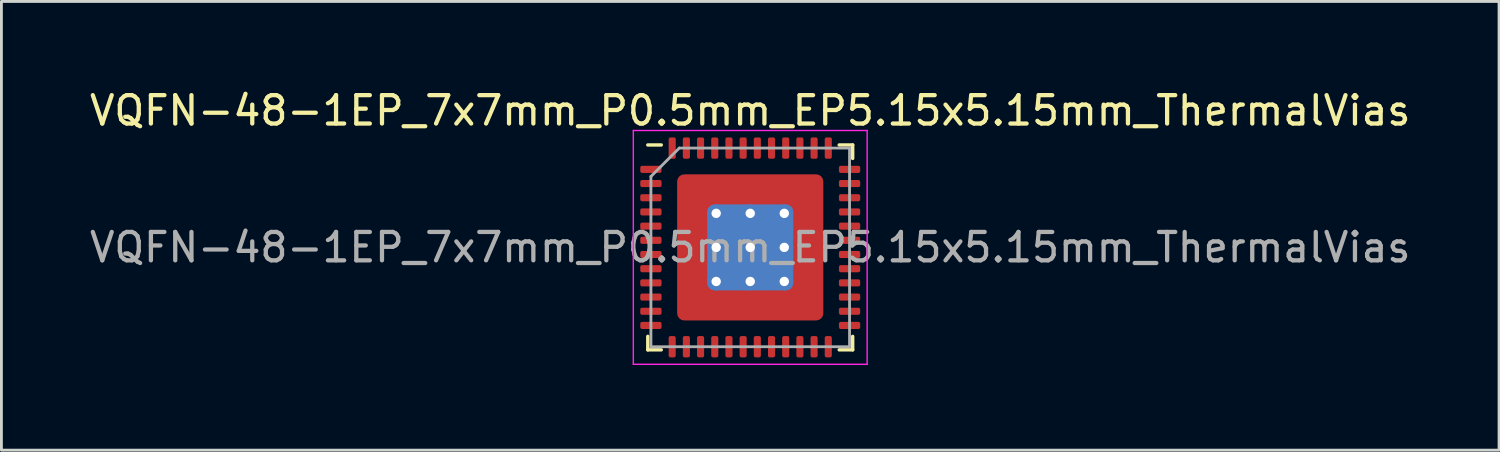
<source format=kicad_pcb>
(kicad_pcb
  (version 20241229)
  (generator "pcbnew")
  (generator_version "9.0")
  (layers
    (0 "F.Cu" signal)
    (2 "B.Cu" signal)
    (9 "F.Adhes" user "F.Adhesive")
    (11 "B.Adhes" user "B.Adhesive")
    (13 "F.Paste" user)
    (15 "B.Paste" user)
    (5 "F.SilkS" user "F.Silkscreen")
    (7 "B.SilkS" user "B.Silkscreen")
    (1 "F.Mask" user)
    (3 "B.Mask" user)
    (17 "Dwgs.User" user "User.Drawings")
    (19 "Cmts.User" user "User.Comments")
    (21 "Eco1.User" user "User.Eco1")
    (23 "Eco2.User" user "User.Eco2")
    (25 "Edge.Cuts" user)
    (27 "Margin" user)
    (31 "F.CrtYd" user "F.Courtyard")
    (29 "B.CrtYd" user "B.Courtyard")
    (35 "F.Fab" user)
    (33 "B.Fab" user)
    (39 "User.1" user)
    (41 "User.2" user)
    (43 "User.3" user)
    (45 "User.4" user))
  (footprint "VQFN-48-1EP_7x7mm_P0.5mm_EP5.15x5.15mm_ThermalVias"
    (layer "F.Cu")
    (at 23.387 5.668)
    (property "Reference" "VQFN-48-1EP_7x7mm_P0.5mm_EP5.15x5.15mm_ThermalVias" (at 0 -4.82 0) (layer "F.SilkS") (effects (font (size 1 1) (thickness 0.15))))
    (attr smd)
    (fp_line (start -3.61 3.61) (end -3.61 3.135) (stroke (width 0.12) (type solid)) (layer "F.SilkS"))
    (fp_line (start -3.135 -3.61) (end -3.61 -3.61) (stroke (width 0.12) (type solid)) (layer "F.SilkS"))
    (fp_line (start -3.135 3.61) (end -3.61 3.61) (stroke (width 0.12) (type solid)) (layer "F.SilkS"))
    (fp_line (start 3.135 -3.61) (end 3.61 -3.61) (stroke (width 0.12) (type solid)) (layer "F.SilkS"))
    (fp_line (start 3.135 3.61) (end 3.61 3.61) (stroke (width 0.12) (type solid)) (layer "F.SilkS"))
    (fp_line (start 3.61 -3.61) (end 3.61 -3.135) (stroke (width 0.12) (type solid)) (layer "F.SilkS"))
    (fp_line (start 3.61 3.61) (end 3.61 3.135) (stroke (width 0.12) (type solid)) (layer "F.SilkS"))
    (fp_line (start -4.12 -4.12) (end -4.12 4.12) (stroke (width 0.05) (type solid)) (layer "F.CrtYd"))
    (fp_line (start -4.12 4.12) (end 4.12 4.12) (stroke (width 0.05) (type solid)) (layer "F.CrtYd"))
    (fp_line (start 4.12 -4.12) (end -4.12 -4.12) (stroke (width 0.05) (type solid)) (layer "F.CrtYd"))
    (fp_line (start 4.12 4.12) (end 4.12 -4.12) (stroke (width 0.05) (type solid)) (layer "F.CrtYd"))
    (fp_line (start -3.5 -2.5) (end -2.5 -3.5) (stroke (width 0.1) (type solid)) (layer "F.Fab"))
    (fp_line (start -3.5 3.5) (end -3.5 -2.5) (stroke (width 0.1) (type solid)) (layer "F.Fab"))
    (fp_line (start -2.5 -3.5) (end 3.5 -3.5) (stroke (width 0.1) (type solid)) (layer "F.Fab"))
    (fp_line (start 3.5 -3.5) (end 3.5 3.5) (stroke (width 0.1) (type solid)) (layer "F.Fab"))
    (fp_line (start 3.5 3.5) (end -3.5 3.5) (stroke (width 0.1) (type solid)) (layer "F.Fab"))
    (fp_text user "${REFERENCE}" (at 0 0 0) (layer "F.Fab") (effects (font (size 1 1) (thickness 0.15))))
    (pad "" smd roundrect (at -1.29 -1.29) (size 2.15 2.15) (layers "F.Paste") (roundrect_rratio 0.116))
    (pad "" smd roundrect (at -1.29 1.29) (size 2.15 2.15) (layers "F.Paste") (roundrect_rratio 0.116))
    (pad "" smd roundrect (at 1.29 -1.29) (size 2.15 2.15) (layers "F.Paste") (roundrect_rratio 0.116))
    (pad "" smd roundrect (at 1.29 1.29) (size 2.15 2.15) (layers "F.Paste") (roundrect_rratio 0.116))
    (pad "1" smd roundrect (at -3.5 -2.75) (size 0.75 0.25) (layers "F.Cu" "F.Mask" "F.Paste") (roundrect_rratio 0.25))
    (pad "2" smd roundrect (at -3.5 -2.25) (size 0.75 0.25) (layers "F.Cu" "F.Mask" "F.Paste") (roundrect_rratio 0.25))
    (pad "3" smd roundrect (at -3.5 -1.75) (size 0.75 0.25) (layers "F.Cu" "F.Mask" "F.Paste") (roundrect_rratio 0.25))
    (pad "4" smd roundrect (at -3.5 -1.25) (size 0.75 0.25) (layers "F.Cu" "F.Mask" "F.Paste") (roundrect_rratio 0.25))
    (pad "5" smd roundrect (at -3.5 -0.75) (size 0.75 0.25) (layers "F.Cu" "F.Mask" "F.Paste") (roundrect_rratio 0.25))
    (pad "6" smd roundrect (at -3.5 -0.25) (size 0.75 0.25) (layers "F.Cu" "F.Mask" "F.Paste") (roundrect_rratio 0.25))
    (pad "7" smd roundrect (at -3.5 0.25) (size 0.75 0.25) (layers "F.Cu" "F.Mask" "F.Paste") (roundrect_rratio 0.25))
    (pad "8" smd roundrect (at -3.5 0.75) (size 0.75 0.25) (layers "F.Cu" "F.Mask" "F.Paste") (roundrect_rratio 0.25))
    (pad "9" smd roundrect (at -3.5 1.25) (size 0.75 0.25) (layers "F.Cu" "F.Mask" "F.Paste") (roundrect_rratio 0.25))
    (pad "10" smd roundrect (at -3.5 1.75) (size 0.75 0.25) (layers "F.Cu" "F.Mask" "F.Paste") (roundrect_rratio 0.25))
    (pad "11" smd roundrect (at -3.5 2.25) (size 0.75 0.25) (layers "F.Cu" "F.Mask" "F.Paste") (roundrect_rratio 0.25))
    (pad "12" smd roundrect (at -3.5 2.75) (size 0.75 0.25) (layers "F.Cu" "F.Mask" "F.Paste") (roundrect_rratio 0.25))
    (pad "13" smd roundrect (at -2.75 3.5) (size 0.25 0.75) (layers "F.Cu" "F.Mask" "F.Paste") (roundrect_rratio 0.25))
    (pad "14" smd roundrect (at -2.25 3.5) (size 0.25 0.75) (layers "F.Cu" "F.Mask" "F.Paste") (roundrect_rratio 0.25))
    (pad "15" smd roundrect (at -1.75 3.5) (size 0.25 0.75) (layers "F.Cu" "F.Mask" "F.Paste") (roundrect_rratio 0.25))
    (pad "16" smd roundrect (at -1.25 3.5) (size 0.25 0.75) (layers "F.Cu" "F.Mask" "F.Paste") (roundrect_rratio 0.25))
    (pad "17" smd roundrect (at -0.75 3.5) (size 0.25 0.75) (layers "F.Cu" "F.Mask" "F.Paste") (roundrect_rratio 0.25))
    (pad "18" smd roundrect (at -0.25 3.5) (size 0.25 0.75) (layers "F.Cu" "F.Mask" "F.Paste") (roundrect_rratio 0.25))
    (pad "19" smd roundrect (at 0.25 3.5) (size 0.25 0.75) (layers "F.Cu" "F.Mask" "F.Paste") (roundrect_rratio 0.25))
    (pad "20" smd roundrect (at 0.75 3.5) (size 0.25 0.75) (layers "F.Cu" "F.Mask" "F.Paste") (roundrect_rratio 0.25))
    (pad "21" smd roundrect (at 1.25 3.5) (size 0.25 0.75) (layers "F.Cu" "F.Mask" "F.Paste") (roundrect_rratio 0.25))
    (pad "22" smd roundrect (at 1.75 3.5) (size 0.25 0.75) (layers "F.Cu" "F.Mask" "F.Paste") (roundrect_rratio 0.25))
    (pad "23" smd roundrect (at 2.25 3.5) (size 0.25 0.75) (layers "F.Cu" "F.Mask" "F.Paste") (roundrect_rratio 0.25))
    (pad "24" smd roundrect (at 2.75 3.5) (size 0.25 0.75) (layers "F.Cu" "F.Mask" "F.Paste") (roundrect_rratio 0.25))
    (pad "25" smd roundrect (at 3.5 2.75) (size 0.75 0.25) (layers "F.Cu" "F.Mask" "F.Paste") (roundrect_rratio 0.25))
    (pad "26" smd roundrect (at 3.5 2.25) (size 0.75 0.25) (layers "F.Cu" "F.Mask" "F.Paste") (roundrect_rratio 0.25))
    (pad "27" smd roundrect (at 3.5 1.75) (size 0.75 0.25) (layers "F.Cu" "F.Mask" "F.Paste") (roundrect_rratio 0.25))
    (pad "28" smd roundrect (at 3.5 1.25) (size 0.75 0.25) (layers "F.Cu" "F.Mask" "F.Paste") (roundrect_rratio 0.25))
    (pad "29" smd roundrect (at 3.5 0.75) (size 0.75 0.25) (layers "F.Cu" "F.Mask" "F.Paste") (roundrect_rratio 0.25))
    (pad "30" smd roundrect (at 3.5 0.25) (size 0.75 0.25) (layers "F.Cu" "F.Mask" "F.Paste") (roundrect_rratio 0.25))
    (pad "31" smd roundrect (at 3.5 -0.25) (size 0.75 0.25) (layers "F.Cu" "F.Mask" "F.Paste") (roundrect_rratio 0.25))
    (pad "32" smd roundrect (at 3.5 -0.75) (size 0.75 0.25) (layers "F.Cu" "F.Mask" "F.Paste") (roundrect_rratio 0.25))
    (pad "33" smd roundrect (at 3.5 -1.25) (size 0.75 0.25) (layers "F.Cu" "F.Mask" "F.Paste") (roundrect_rratio 0.25))
    (pad "34" smd roundrect (at 3.5 -1.75) (size 0.75 0.25) (layers "F.Cu" "F.Mask" "F.Paste") (roundrect_rratio 0.25))
    (pad "35" smd roundrect (at 3.5 -2.25) (size 0.75 0.25) (layers "F.Cu" "F.Mask" "F.Paste") (roundrect_rratio 0.25))
    (pad "36" smd roundrect (at 3.5 -2.75) (size 0.75 0.25) (layers "F.Cu" "F.Mask" "F.Paste") (roundrect_rratio 0.25))
    (pad "37" smd roundrect (at 2.75 -3.5) (size 0.25 0.75) (layers "F.Cu" "F.Mask" "F.Paste") (roundrect_rratio 0.25))
    (pad "38" smd roundrect (at 2.25 -3.5) (size 0.25 0.75) (layers "F.Cu" "F.Mask" "F.Paste") (roundrect_rratio 0.25))
    (pad "39" smd roundrect (at 1.75 -3.5) (size 0.25 0.75) (layers "F.Cu" "F.Mask" "F.Paste") (roundrect_rratio 0.25))
    (pad "40" smd roundrect (at 1.25 -3.5) (size 0.25 0.75) (layers "F.Cu" "F.Mask" "F.Paste") (roundrect_rratio 0.25))
    (pad "41" smd roundrect (at 0.75 -3.5) (size 0.25 0.75) (layers "F.Cu" "F.Mask" "F.Paste") (roundrect_rratio 0.25))
    (pad "42" smd roundrect (at 0.25 -3.5) (size 0.25 0.75) (layers "F.Cu" "F.Mask" "F.Paste") (roundrect_rratio 0.25))
    (pad "43" smd roundrect (at -0.25 -3.5) (size 0.25 0.75) (layers "F.Cu" "F.Mask" "F.Paste") (roundrect_rratio 0.25))
    (pad "44" smd roundrect (at -0.75 -3.5) (size 0.25 0.75) (layers "F.Cu" "F.Mask" "F.Paste") (roundrect_rratio 0.25))
    (pad "45" smd roundrect (at -1.25 -3.5) (size 0.25 0.75) (layers "F.Cu" "F.Mask" "F.Paste") (roundrect_rratio 0.25))
    (pad "46" smd roundrect (at -1.75 -3.5) (size 0.25 0.75) (layers "F.Cu" "F.Mask" "F.Paste") (roundrect_rratio 0.25))
    (pad "47" smd roundrect (at -2.25 -3.5) (size 0.25 0.75) (layers "F.Cu" "F.Mask" "F.Paste") (roundrect_rratio 0.25))
    (pad "48" smd roundrect (at -2.75 -3.5) (size 0.25 0.75) (layers "F.Cu" "F.Mask" "F.Paste") (roundrect_rratio 0.25))
    (pad "49" thru_hole circle (at -1.2 -1.2) (size 0.63 0.63) (drill 0.33) (layers "*.Cu"))
    (pad "49" thru_hole circle (at -1.2 0) (size 0.63 0.63) (drill 0.33) (layers "*.Cu"))
    (pad "49" thru_hole circle (at -1.2 1.2) (size 0.63 0.63) (drill 0.33) (layers "*.Cu"))
    (pad "49" thru_hole circle (at 0 -1.2) (size 0.63 0.63) (drill 0.33) (layers "*.Cu"))
    (pad "49" thru_hole circle (at 0 0) (size 0.63 0.63) (drill 0.33) (layers "*.Cu"))
    (pad "49" smd roundrect (at 0 0) (size 3.03 3.03) (layers "B.Cu") (roundrect_rratio 0.083))
    (pad "49" smd roundrect (at 0 0) (size 5.15 5.15) (layers "F.Cu" "F.Mask") (roundrect_rratio 0.049))
    (pad "49" thru_hole circle (at 0 1.2) (size 0.63 0.63) (drill 0.33) (layers "*.Cu"))
    (pad "49" thru_hole circle (at 1.2 -1.2) (size 0.63 0.63) (drill 0.33) (layers "*.Cu"))
    (pad "49" thru_hole circle (at 1.2 0) (size 0.63 0.63) (drill 0.33) (layers "*.Cu"))
    (pad "49" thru_hole circle (at 1.2 1.2) (size 0.63 0.63) (drill 0.33) (layers "*.Cu")))
  (gr_rect
    (start -3 -3)
    (end 49.774 12.813)
    (stroke (width 0.1) (type default))
    (fill no)
    (layer "Edge.Cuts")))
</source>
